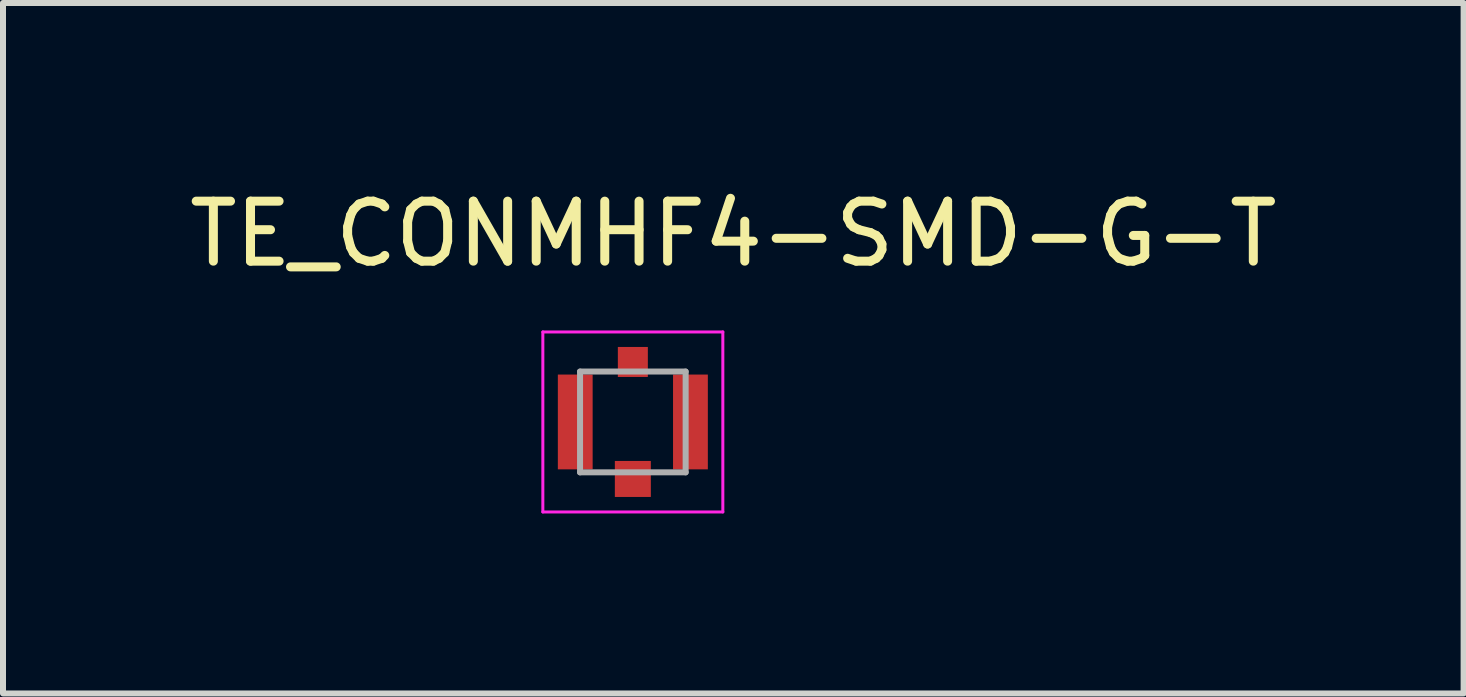
<source format=kicad_pcb>
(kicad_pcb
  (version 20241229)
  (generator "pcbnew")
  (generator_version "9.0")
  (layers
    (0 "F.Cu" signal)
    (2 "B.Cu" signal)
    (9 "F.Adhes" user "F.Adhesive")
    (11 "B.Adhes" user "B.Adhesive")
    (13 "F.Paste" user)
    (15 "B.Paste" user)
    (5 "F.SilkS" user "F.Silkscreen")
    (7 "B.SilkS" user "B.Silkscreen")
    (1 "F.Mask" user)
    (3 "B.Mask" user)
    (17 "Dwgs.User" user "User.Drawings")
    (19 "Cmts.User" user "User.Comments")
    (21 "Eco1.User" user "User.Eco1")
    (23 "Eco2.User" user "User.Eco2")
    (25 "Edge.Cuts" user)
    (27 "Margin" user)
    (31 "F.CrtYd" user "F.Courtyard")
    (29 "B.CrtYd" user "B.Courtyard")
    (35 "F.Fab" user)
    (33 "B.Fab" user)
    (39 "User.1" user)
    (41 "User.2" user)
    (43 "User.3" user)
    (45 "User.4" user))
  (footprint "TE_CONMHF4-SMD-G-T"
    (layer "F.Cu")
    (at 7.498 3.983)
    (property "Reference" "TE_CONMHF4-SMD-G-T" (at 1.675 -3.135 0) (layer "F.SilkS") (effects (font (size 1 1) (thickness 0.15))))
    (attr smd)
    (fp_line (start -1.5 -1.5) (end -1.5 1.5) (stroke (width 0.05) (type solid)) (layer "F.CrtYd"))
    (fp_line (start -1.5 1.5) (end 1.5 1.5) (stroke (width 0.05) (type solid)) (layer "F.CrtYd"))
    (fp_line (start 1.5 -1.5) (end -1.5 -1.5) (stroke (width 0.05) (type solid)) (layer "F.CrtYd"))
    (fp_line (start 1.5 1.5) (end 1.5 -1.5) (stroke (width 0.05) (type solid)) (layer "F.CrtYd"))
    (fp_line (start -0.88 -0.84) (end -0.88 0.84) (stroke (width 0.1) (type solid)) (layer "F.Fab"))
    (fp_line (start -0.88 -0.84) (end 0.88 -0.84) (stroke (width 0.1) (type solid)) (layer "F.Fab"))
    (fp_line (start -0.88 0.84) (end 0.88 0.84) (stroke (width 0.1) (type solid)) (layer "F.Fab"))
    (fp_line (start 0.88 0.84) (end 0.88 -0.84) (stroke (width 0.1) (type solid)) (layer "F.Fab"))
    (pad "1" smd rect (at 0 0.95) (size 0.6 0.6) (layers "F.Cu" "F.Mask" "F.Paste"))
    (pad "2" smd rect (at -0.96 0) (size 0.58 1.58) (layers "F.Cu" "F.Mask" "F.Paste"))
    (pad "3" smd rect (at 0.96 0) (size 0.58 1.58) (layers "F.Cu" "F.Mask" "F.Paste"))
    (pad "4" smd rect (at 0 -1) (size 0.5 0.5) (layers "F.Cu" "F.Mask" "F.Paste"))
    (zone (net_name "") (layer "F.Cu") (hatch full 0.508) (connect_pads) (min_thickness 0.01) (filled_areas_thickness no) (keepout (tracks not_allowed) (vias not_allowed) (pads not_allowed) (copperpour not_allowed) (footprints allowed)) (placement (enabled no)) (fill) (polygon (pts (xy 6.828 3.233) (xy 8.168 3.233) (xy 8.168 4.633) (xy 6.828 4.633))))
    (zone (net_name "") (layers "F.Cu" "B.Cu") (hatch full 0.508) (connect_pads) (min_thickness 0.01) (filled_areas_thickness no) (keepout (tracks allowed) (vias not_allowed) (pads allowed) (copperpour allowed) (footprints allowed)) (placement (enabled no)) (fill) (polygon (pts (xy 6.828 3.233) (xy 8.168 3.233) (xy 8.168 4.633) (xy 6.828 4.633))))
    (zone (net_name "") (layer "B.Cu") (hatch full 0.508) (connect_pads) (min_thickness 0.01) (filled_areas_thickness no) (keepout (tracks not_allowed) (vias not_allowed) (pads not_allowed) (copperpour not_allowed) (footprints allowed)) (placement (enabled no)) (fill) (polygon (pts (xy 6.828 3.233) (xy 8.168 3.233) (xy 8.168 4.633) (xy 6.828 4.633)))))
  (gr_rect
    (start -3 -3)
    (end 21.345 8.508)
    (stroke (width 0.1) (type default))
    (fill no)
    (layer "Edge.Cuts")))
</source>
